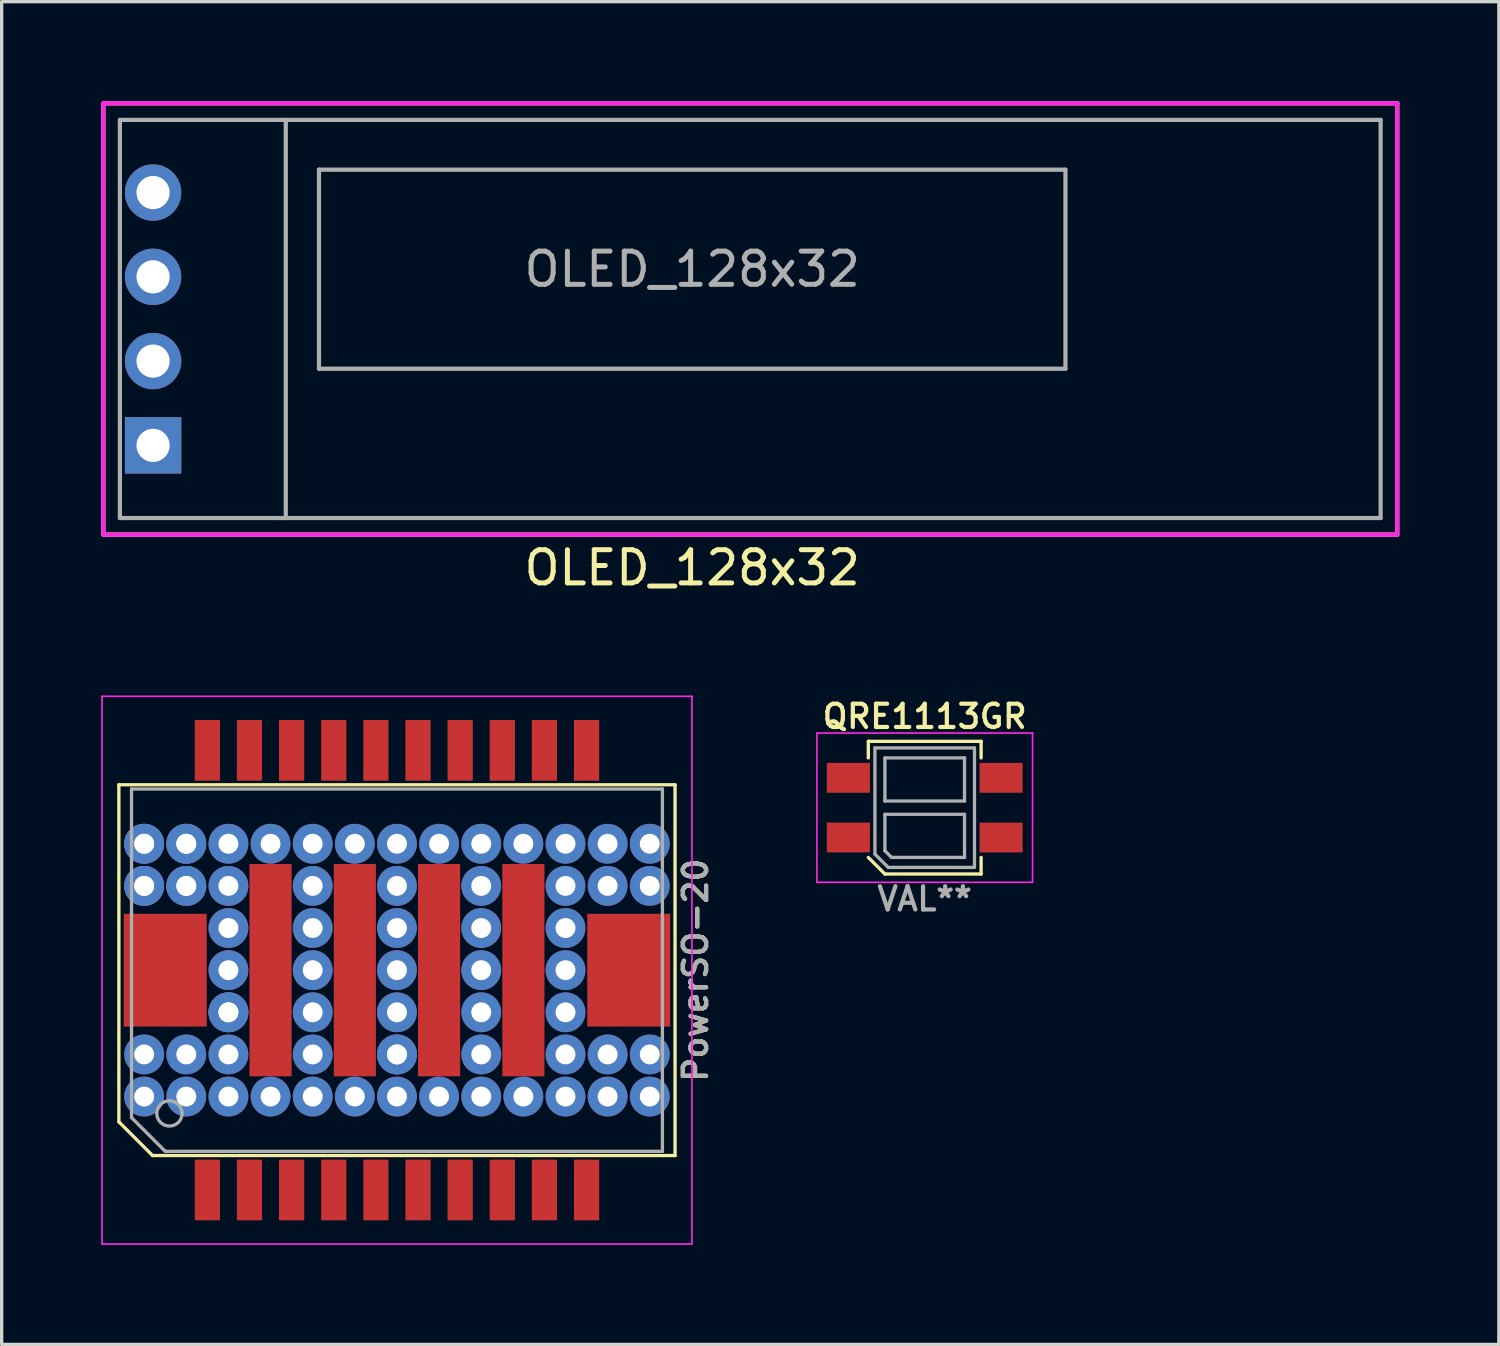
<source format=kicad_pcb>
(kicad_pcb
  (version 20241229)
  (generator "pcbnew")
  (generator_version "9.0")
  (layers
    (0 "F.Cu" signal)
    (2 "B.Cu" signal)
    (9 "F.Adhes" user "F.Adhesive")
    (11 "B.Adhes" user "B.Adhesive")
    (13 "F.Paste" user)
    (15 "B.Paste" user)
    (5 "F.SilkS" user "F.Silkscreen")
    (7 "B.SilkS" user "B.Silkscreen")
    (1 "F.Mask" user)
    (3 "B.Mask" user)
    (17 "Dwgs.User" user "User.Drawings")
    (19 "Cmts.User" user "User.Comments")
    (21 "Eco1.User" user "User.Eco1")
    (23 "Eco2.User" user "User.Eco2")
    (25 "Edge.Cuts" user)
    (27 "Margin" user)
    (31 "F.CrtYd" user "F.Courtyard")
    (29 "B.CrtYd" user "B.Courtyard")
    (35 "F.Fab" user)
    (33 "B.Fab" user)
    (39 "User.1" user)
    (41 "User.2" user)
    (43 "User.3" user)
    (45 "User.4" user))
  (footprint "OLED_128x32"
    (layer "F.Cu")
    (at 17.814 5.064)
    (property "Reference" "OLED_128x32" (at 0 9 0) (layer "F.SilkS") (effects (font (size 1 1) (thickness 0.15))))
    (attr through_hole)
    (fp_line (start -17.75 -5) (end 21.25 -5) (stroke (width 0.127) (type solid)) (layer "F.SilkS"))
    (fp_line (start -17.75 8) (end -17.75 -5) (stroke (width 0.127) (type solid)) (layer "F.SilkS"))
    (fp_line (start 21.25 -5) (end 21.25 8) (stroke (width 0.127) (type solid)) (layer "F.SilkS"))
    (fp_line (start 21.25 8) (end -17.75 8) (stroke (width 0.127) (type solid)) (layer "F.SilkS"))
    (fp_line (start -17.75 -5) (end -17.75 8) (stroke (width 0.127) (type solid)) (layer "F.CrtYd"))
    (fp_line (start -17.75 8) (end 21.25 8) (stroke (width 0.127) (type solid)) (layer "F.CrtYd"))
    (fp_line (start 21.25 -5) (end -17.75 -5) (stroke (width 0.127) (type solid)) (layer "F.CrtYd"))
    (fp_line (start 21.25 8) (end 21.25 -5) (stroke (width 0.127) (type solid)) (layer "F.CrtYd"))
    (fp_line (start -17.25 -4.5) (end -17.25 7.5) (stroke (width 0.127) (type solid)) (layer "F.Fab"))
    (fp_line (start -17.25 7.5) (end 20.75 7.5) (stroke (width 0.127) (type solid)) (layer "F.Fab"))
    (fp_line (start -12.25 -4.5) (end -12.25 7.5) (stroke (width 0.127) (type solid)) (layer "F.Fab"))
    (fp_line (start -11.25 -3) (end 11.25 -3) (stroke (width 0.127) (type solid)) (layer "F.Fab"))
    (fp_line (start -11.25 3) (end -11.25 -3) (stroke (width 0.127) (type solid)) (layer "F.Fab"))
    (fp_line (start 11.25 -3) (end 11.25 3) (stroke (width 0.127) (type solid)) (layer "F.Fab"))
    (fp_line (start 11.25 3) (end -11.25 3) (stroke (width 0.127) (type solid)) (layer "F.Fab"))
    (fp_line (start 20.75 -4.5) (end -17.25 -4.5) (stroke (width 0.127) (type solid)) (layer "F.Fab"))
    (fp_line (start 20.75 7.5) (end 20.75 -4.5) (stroke (width 0.127) (type solid)) (layer "F.Fab"))
    (fp_text user "${REFERENCE}" (at 0 0 180) (layer "F.Fab") (effects (font (size 1 1) (thickness 0.15))))
    (pad "1" thru_hole rect (at -16.25 5.31) (size 1.7 1.7) (drill 1) (layers "*.Cu" "*.Mask"))
    (pad "2" thru_hole oval (at -16.25 2.77) (size 1.7 1.7) (drill 1) (layers "*.Cu" "*.Mask"))
    (pad "3" thru_hole oval (at -16.25 0.23) (size 1.7 1.7) (drill 1) (layers "*.Cu" "*.Mask"))
    (pad "4" thru_hole oval (at -16.25 -2.31) (size 1.7 1.7) (drill 1) (layers "*.Cu" "*.Mask")))
  (footprint "QRE1113GR"
    (layer "F.Cu")
    (at 24.822 21.294)
    (property "Reference" "QRE1113GR" (at 0 -2.75 0) (layer "F.SilkS") (effects (font (size 0.7 0.7) (thickness 0.127))))
    (attr through_hole)
    (fp_line (start -1.7 -2) (end 1.7 -2) (stroke (width 0.1) (type solid)) (layer "F.SilkS"))
    (fp_line (start -1.7 -1.5) (end -1.7 -2) (stroke (width 0.1) (type solid)) (layer "F.SilkS"))
    (fp_line (start -1.2 2) (end -1.7 1.5) (stroke (width 0.1) (type solid)) (layer "F.SilkS"))
    (fp_line (start 1.7 -2) (end 1.7 -1.5) (stroke (width 0.1) (type solid)) (layer "F.SilkS"))
    (fp_line (start 1.7 1.5) (end 1.7 2) (stroke (width 0.1) (type solid)) (layer "F.SilkS"))
    (fp_line (start 1.7 2) (end -1.2 2) (stroke (width 0.1) (type solid)) (layer "F.SilkS"))
    (fp_line (start -3.25 -2.25) (end 3.25 -2.25) (stroke (width 0.05) (type solid)) (layer "F.CrtYd"))
    (fp_line (start -3.25 2.25) (end -3.25 -2.25) (stroke (width 0.05) (type solid)) (layer "F.CrtYd"))
    (fp_line (start 3.25 -2.25) (end 3.25 2.25) (stroke (width 0.05) (type solid)) (layer "F.CrtYd"))
    (fp_line (start 3.25 2.25) (end -3.25 2.25) (stroke (width 0.05) (type solid)) (layer "F.CrtYd"))
    (fp_line (start -1.5 -1.8) (end 1.5 -1.8) (stroke (width 0.1) (type solid)) (layer "F.Fab"))
    (fp_line (start -1.5 1.4) (end -1.5 -1.8) (stroke (width 0.1) (type solid)) (layer "F.Fab"))
    (fp_line (start -1.2 -1.5) (end 1.2 -1.5) (stroke (width 0.1) (type solid)) (layer "F.Fab"))
    (fp_line (start -1.2 -0.2) (end -1.2 -1.5) (stroke (width 0.1) (type solid)) (layer "F.Fab"))
    (fp_line (start -1.2 0.2) (end 1.2 0.2) (stroke (width 0.1) (type solid)) (layer "F.Fab"))
    (fp_line (start -1.2 1.3) (end -1.2 0.2) (stroke (width 0.1) (type solid)) (layer "F.Fab"))
    (fp_line (start -1.1 1.8) (end -1.5 1.4) (stroke (width 0.1) (type solid)) (layer "F.Fab"))
    (fp_line (start -1 1.5) (end -1.2 1.3) (stroke (width 0.1) (type solid)) (layer "F.Fab"))
    (fp_line (start 1.2 -1.5) (end 1.2 -0.2) (stroke (width 0.1) (type solid)) (layer "F.Fab"))
    (fp_line (start 1.2 -0.2) (end -1.2 -0.2) (stroke (width 0.1) (type solid)) (layer "F.Fab"))
    (fp_line (start 1.2 0.2) (end 1.2 1.5) (stroke (width 0.1) (type solid)) (layer "F.Fab"))
    (fp_line (start 1.2 1.5) (end -1 1.5) (stroke (width 0.1) (type solid)) (layer "F.Fab"))
    (fp_line (start 1.5 -1.8) (end 1.5 1.8) (stroke (width 0.1) (type solid)) (layer "F.Fab"))
    (fp_line (start 1.5 1.8) (end -1.1 1.8) (stroke (width 0.1) (type solid)) (layer "F.Fab"))
    (fp_text user "VAL**" (at 0 2.75 0) (layer "F.Fab") (effects (font (size 0.7 0.7) (thickness 0.127))))
    (pad "1" smd rect (at -2.301 0.899) (size 1.3 0.899) (layers "F.Cu" "F.Mask" "F.Paste"))
    (pad "2" smd rect (at 2.301 0.899) (size 1.3 0.899) (layers "F.Cu" "F.Mask" "F.Paste"))
    (pad "3" smd rect (at 2.301 -0.899) (size 1.3 0.899) (layers "F.Cu" "F.Mask" "F.Paste"))
    (pad "4" smd rect (at -2.301 -0.899) (size 1.3 0.899) (layers "F.Cu" "F.Mask" "F.Paste")))
  (footprint "PowerSO-20"
    (layer "F.Cu")
    (at 8.915 26.192)
    (property "Reference" "PowerSO-20" (at 9 0 90) (layer "F.SilkS") (effects (font (size 0.7 0.7) (thickness 0.127))))
    (attr through_hole)
    (fp_line (start -8.382 -5.588) (end 8.382 -5.588) (stroke (width 0.1) (type solid)) (layer "F.SilkS"))
    (fp_line (start -8.382 4.572) (end -8.382 -5.588) (stroke (width 0.1) (type solid)) (layer "F.SilkS"))
    (fp_line (start -7.366 5.588) (end -8.382 4.572) (stroke (width 0.1) (type solid)) (layer "F.SilkS"))
    (fp_line (start 8.382 -5.588) (end 8.382 5.588) (stroke (width 0.1) (type solid)) (layer "F.SilkS"))
    (fp_line (start 8.382 5.588) (end -7.366 5.588) (stroke (width 0.1) (type solid)) (layer "F.SilkS"))
    (fp_line (start -8.89 -8.255) (end 8.89 -8.255) (stroke (width 0.05) (type solid)) (layer "F.CrtYd"))
    (fp_line (start -8.89 8.255) (end -8.89 -8.255) (stroke (width 0.05) (type solid)) (layer "F.CrtYd"))
    (fp_line (start 8.89 -8.255) (end 8.89 8.255) (stroke (width 0.05) (type solid)) (layer "F.CrtYd"))
    (fp_line (start 8.89 8.255) (end -8.89 8.255) (stroke (width 0.05) (type solid)) (layer "F.CrtYd"))
    (fp_line (start -8.001 -5.461) (end 8.001 -5.461) (stroke (width 0.1) (type solid)) (layer "F.Fab"))
    (fp_line (start -8.001 4.445) (end -8.001 -5.461) (stroke (width 0.1) (type solid)) (layer "F.Fab"))
    (fp_line (start -6.985 5.461) (end -8.001 4.445) (stroke (width 0.1) (type solid)) (layer "F.Fab"))
    (fp_line (start 8.001 -5.461) (end 8.001 5.461) (stroke (width 0.1) (type solid)) (layer "F.Fab"))
    (fp_line (start 8.001 5.461) (end -6.985 5.461) (stroke (width 0.1) (type solid)) (layer "F.Fab"))
    (fp_circle (center -6.858 4.318) (end -6.858 4.699) (stroke (width 0.1) (type solid)) (fill no) (layer "F.Fab"))
    (fp_text user "${REFERENCE}" (at 9 0 90) (layer "F.Fab") (effects (font (size 0.7 0.7) (thickness 0.127))))
    (pad "1" smd rect (at -5.715 6.626) (size 0.76 1.83) (layers "F.Cu" "F.Mask" "F.Paste"))
    (pad "2" smd rect (at -4.445 6.626) (size 0.76 1.83) (layers "F.Cu" "F.Mask" "F.Paste"))
    (pad "3" smd rect (at -3.175 6.626) (size 0.76 1.83) (layers "F.Cu" "F.Mask" "F.Paste"))
    (pad "4" smd rect (at -1.905 6.626) (size 0.76 1.83) (layers "F.Cu" "F.Mask" "F.Paste"))
    (pad "5" smd rect (at -0.635 6.626) (size 0.76 1.83) (layers "F.Cu" "F.Mask" "F.Paste"))
    (pad "6" smd rect (at 0.635 6.626) (size 0.76 1.83) (layers "F.Cu" "F.Mask" "F.Paste"))
    (pad "7" smd rect (at 1.905 6.626) (size 0.76 1.83) (layers "F.Cu" "F.Mask" "F.Paste"))
    (pad "8" smd rect (at 3.175 6.626) (size 0.76 1.83) (layers "F.Cu" "F.Mask" "F.Paste"))
    (pad "9" smd rect (at 4.445 6.626) (size 0.76 1.83) (layers "F.Cu" "F.Mask" "F.Paste"))
    (pad "10" smd rect (at 5.715 6.626) (size 0.76 1.83) (layers "F.Cu" "F.Mask" "F.Paste"))
    (pad "11" smd rect (at 5.715 -6.626) (size 0.76 1.83) (layers "F.Cu" "F.Mask" "F.Paste"))
    (pad "12" smd rect (at 4.445 -6.626) (size 0.76 1.83) (layers "F.Cu" "F.Mask" "F.Paste"))
    (pad "13" smd rect (at 3.175 -6.626) (size 0.76 1.83) (layers "F.Cu" "F.Mask" "F.Paste"))
    (pad "14" smd rect (at 1.905 -6.626) (size 0.76 1.83) (layers "F.Cu" "F.Mask" "F.Paste"))
    (pad "15" smd rect (at 0.635 -6.626) (size 0.76 1.83) (layers "F.Cu" "F.Mask" "F.Paste"))
    (pad "16" smd rect (at -0.635 -6.626) (size 0.76 1.83) (layers "F.Cu" "F.Mask" "F.Paste"))
    (pad "17" smd rect (at -1.905 -6.626) (size 0.76 1.83) (layers "F.Cu" "F.Mask" "F.Paste"))
    (pad "18" smd rect (at -3.175 -6.626) (size 0.76 1.83) (layers "F.Cu" "F.Mask" "F.Paste"))
    (pad "19" smd rect (at -4.445 -6.626) (size 0.76 1.83) (layers "F.Cu" "F.Mask" "F.Paste"))
    (pad "20" thru_hole circle (at -7.62 -3.81) (size 1.2 1.2) (drill 0.6) (layers "*.Cu"))
    (pad "20" thru_hole circle (at -7.62 -3.81) (size 1.2 1.2) (drill 0.6) (layers "*.Cu"))
    (pad "20" thru_hole circle (at -7.62 -2.54) (size 1.2 1.2) (drill 0.6) (layers "*.Cu"))
    (pad "20" thru_hole circle (at -7.62 -2.54) (size 1.2 1.2) (drill 0.6) (layers "*.Cu"))
    (pad "20" thru_hole circle (at -7.62 2.54) (size 1.2 1.2) (drill 0.6) (layers "*.Cu"))
    (pad "20" thru_hole circle (at -7.62 3.81) (size 1.2 1.2) (drill 0.6) (layers "*.Cu"))
    (pad "20" smd rect (at -6.985 0) (size 2.5 3.4) (layers "F.Cu" "F.Mask" "F.Paste"))
    (pad "20" thru_hole circle (at -6.35 -3.81) (size 1.2 1.2) (drill 0.6) (layers "*.Cu"))
    (pad "20" thru_hole circle (at -6.35 -3.81) (size 1.2 1.2) (drill 0.6) (layers "*.Cu"))
    (pad "20" thru_hole circle (at -6.35 -2.54) (size 1.2 1.2) (drill 0.6) (layers "*.Cu"))
    (pad "20" thru_hole circle (at -6.35 -2.54) (size 1.2 1.2) (drill 0.6) (layers "*.Cu"))
    (pad "20" thru_hole circle (at -6.35 2.54) (size 1.2 1.2) (drill 0.6) (layers "*.Cu"))
    (pad "20" thru_hole circle (at -6.35 3.81) (size 1.2 1.2) (drill 0.6) (layers "*.Cu"))
    (pad "20" smd rect (at -5.715 -6.626) (size 0.76 1.83) (layers "F.Cu" "F.Mask" "F.Paste"))
    (pad "20" thru_hole circle (at -5.08 -3.81) (size 1.2 1.2) (drill 0.6) (layers "*.Cu"))
    (pad "20" thru_hole circle (at -5.08 -2.54) (size 1.2 1.2) (drill 0.6) (layers "*.Cu"))
    (pad "20" thru_hole circle (at -5.08 -1.27) (size 1.2 1.2) (drill 0.6) (layers "*.Cu"))
    (pad "20" thru_hole circle (at -5.08 0) (size 1.2 1.2) (drill 0.6) (layers "*.Cu"))
    (pad "20" thru_hole circle (at -5.08 1.27) (size 1.2 1.2) (drill 0.6) (layers "*.Cu"))
    (pad "20" thru_hole circle (at -5.08 1.27) (size 1.2 1.2) (drill 0.6) (layers "*.Cu"))
    (pad "20" thru_hole circle (at -5.08 2.54) (size 1.2 1.2) (drill 0.6) (layers "*.Cu"))
    (pad "20" thru_hole circle (at -5.08 3.81) (size 1.2 1.2) (drill 0.6) (layers "*.Cu"))
    (pad "20" thru_hole circle (at -3.81 -3.81) (size 1.2 1.2) (drill 0.6) (layers "*.Cu"))
    (pad "20" smd rect (at -3.81 0) (size 1.27 6.4) (layers "F.Cu" "F.Mask" "F.Paste"))
    (pad "20" thru_hole circle (at -3.81 3.81) (size 1.2 1.2) (drill 0.6) (layers "*.Cu"))
    (pad "20" thru_hole circle (at -2.54 -3.81) (size 1.2 1.2) (drill 0.6) (layers "*.Cu"))
    (pad "20" thru_hole circle (at -2.54 -2.54) (size 1.2 1.2) (drill 0.6) (layers "*.Cu"))
    (pad "20" thru_hole circle (at -2.54 -1.27) (size 1.2 1.2) (drill 0.6) (layers "*.Cu"))
    (pad "20" thru_hole circle (at -2.54 0) (size 1.2 1.2) (drill 0.6) (layers "*.Cu"))
    (pad "20" thru_hole circle (at -2.54 1.27) (size 1.2 1.2) (drill 0.6) (layers "*.Cu"))
    (pad "20" thru_hole circle (at -2.54 2.54) (size 1.2 1.2) (drill 0.6) (layers "*.Cu"))
    (pad "20" thru_hole circle (at -2.54 3.81) (size 1.2 1.2) (drill 0.6) (layers "*.Cu"))
    (pad "20" thru_hole circle (at -1.27 -3.81) (size 1.2 1.2) (drill 0.6) (layers "*.Cu"))
    (pad "20" smd rect (at -1.27 0) (size 1.27 6.4) (layers "F.Cu" "F.Mask" "F.Paste"))
    (pad "20" thru_hole circle (at -1.27 3.81) (size 1.2 1.2) (drill 0.6) (layers "*.Cu"))
    (pad "20" thru_hole circle (at 0 -3.81) (size 1.2 1.2) (drill 0.6) (layers "*.Cu"))
    (pad "20" thru_hole circle (at 0 -2.54) (size 1.2 1.2) (drill 0.6) (layers "*.Cu"))
    (pad "20" thru_hole circle (at 0 -1.27) (size 1.2 1.2) (drill 0.6) (layers "*.Cu"))
    (pad "20" thru_hole circle (at 0 0) (size 1.2 1.2) (drill 0.6) (layers "*.Cu"))
    (pad "20" thru_hole circle (at 0 1.27) (size 1.2 1.2) (drill 0.6) (layers "*.Cu"))
    (pad "20" thru_hole circle (at 0 2.54) (size 1.2 1.2) (drill 0.6) (layers "*.Cu"))
    (pad "20" thru_hole circle (at 0 2.54) (size 1.2 1.2) (drill 0.6) (layers "*.Cu"))
    (pad "20" thru_hole circle (at 0 3.81) (size 1.2 1.2) (drill 0.6) (layers "*.Cu"))
    (pad "20" thru_hole circle (at 1.27 -3.81) (size 1.2 1.2) (drill 0.6) (layers "*.Cu"))
    (pad "20" smd rect (at 1.27 0) (size 1.27 6.4) (layers "F.Cu" "F.Mask" "F.Paste"))
    (pad "20" thru_hole circle (at 1.27 3.81) (size 1.2 1.2) (drill 0.6) (layers "*.Cu"))
    (pad "20" thru_hole circle (at 2.54 -3.81) (size 1.2 1.2) (drill 0.6) (layers "*.Cu"))
    (pad "20" thru_hole circle (at 2.54 -2.54) (size 1.2 1.2) (drill 0.6) (layers "*.Cu"))
    (pad "20" thru_hole circle (at 2.54 -1.27) (size 1.2 1.2) (drill 0.6) (layers "*.Cu"))
    (pad "20" thru_hole circle (at 2.54 0) (size 1.2 1.2) (drill 0.6) (layers "*.Cu"))
    (pad "20" thru_hole circle (at 2.54 1.27) (size 1.2 1.2) (drill 0.6) (layers "*.Cu"))
    (pad "20" thru_hole circle (at 2.54 2.54) (size 1.2 1.2) (drill 0.6) (layers "*.Cu"))
    (pad "20" thru_hole circle (at 2.54 3.81) (size 1.2 1.2) (drill 0.6) (layers "*.Cu"))
    (pad "20" thru_hole circle (at 3.81 -3.81) (size 1.2 1.2) (drill 0.6) (layers "*.Cu"))
    (pad "20" smd rect (at 3.81 0) (size 1.27 6.4) (layers "F.Cu" "F.Mask" "F.Paste"))
    (pad "20" thru_hole circle (at 3.81 3.81) (size 1.2 1.2) (drill 0.6) (layers "*.Cu"))
    (pad "20" thru_hole circle (at 5.08 -3.81) (size 1.2 1.2) (drill 0.6) (layers "*.Cu"))
    (pad "20" thru_hole circle (at 5.08 -2.54) (size 1.2 1.2) (drill 0.6) (layers "*.Cu"))
    (pad "20" thru_hole circle (at 5.08 -1.27) (size 1.2 1.2) (drill 0.6) (layers "*.Cu"))
    (pad "20" thru_hole circle (at 5.08 0) (size 1.2 1.2) (drill 0.6) (layers "*.Cu"))
    (pad "20" thru_hole circle (at 5.08 1.27) (size 1.2 1.2) (drill 0.6) (layers "*.Cu"))
    (pad "20" thru_hole circle (at 5.08 2.54) (size 1.2 1.2) (drill 0.6) (layers "*.Cu"))
    (pad "20" thru_hole circle (at 5.08 3.81) (size 1.2 1.2) (drill 0.6) (layers "*.Cu"))
    (pad "20" thru_hole circle (at 6.35 -3.81) (size 1.2 1.2) (drill 0.6) (layers "*.Cu"))
    (pad "20" thru_hole circle (at 6.35 -2.54) (size 1.2 1.2) (drill 0.6) (layers "*.Cu"))
    (pad "20" thru_hole circle (at 6.35 2.54) (size 1.2 1.2) (drill 0.6) (layers "*.Cu"))
    (pad "20" thru_hole circle (at 6.35 3.81) (size 1.2 1.2) (drill 0.6) (layers "*.Cu"))
    (pad "20" smd rect (at 6.985 0) (size 2.5 3.4) (layers "F.Cu" "F.Mask" "F.Paste"))
    (pad "20" thru_hole circle (at 7.62 -3.81) (size 1.2 1.2) (drill 0.6) (layers "*.Cu"))
    (pad "20" thru_hole circle (at 7.62 -2.54) (size 1.2 1.2) (drill 0.6) (layers "*.Cu"))
    (pad "20" thru_hole circle (at 7.62 2.54) (size 1.2 1.2) (drill 0.6) (layers "*.Cu"))
    (pad "20" thru_hole circle (at 7.62 3.81) (size 1.2 1.2) (drill 0.6) (layers "*.Cu")))
  (gr_rect
    (start -3 -3)
    (end 42.127 37.472)
    (stroke (width 0.1) (type default))
    (fill no)
    (layer "Edge.Cuts")))
</source>
